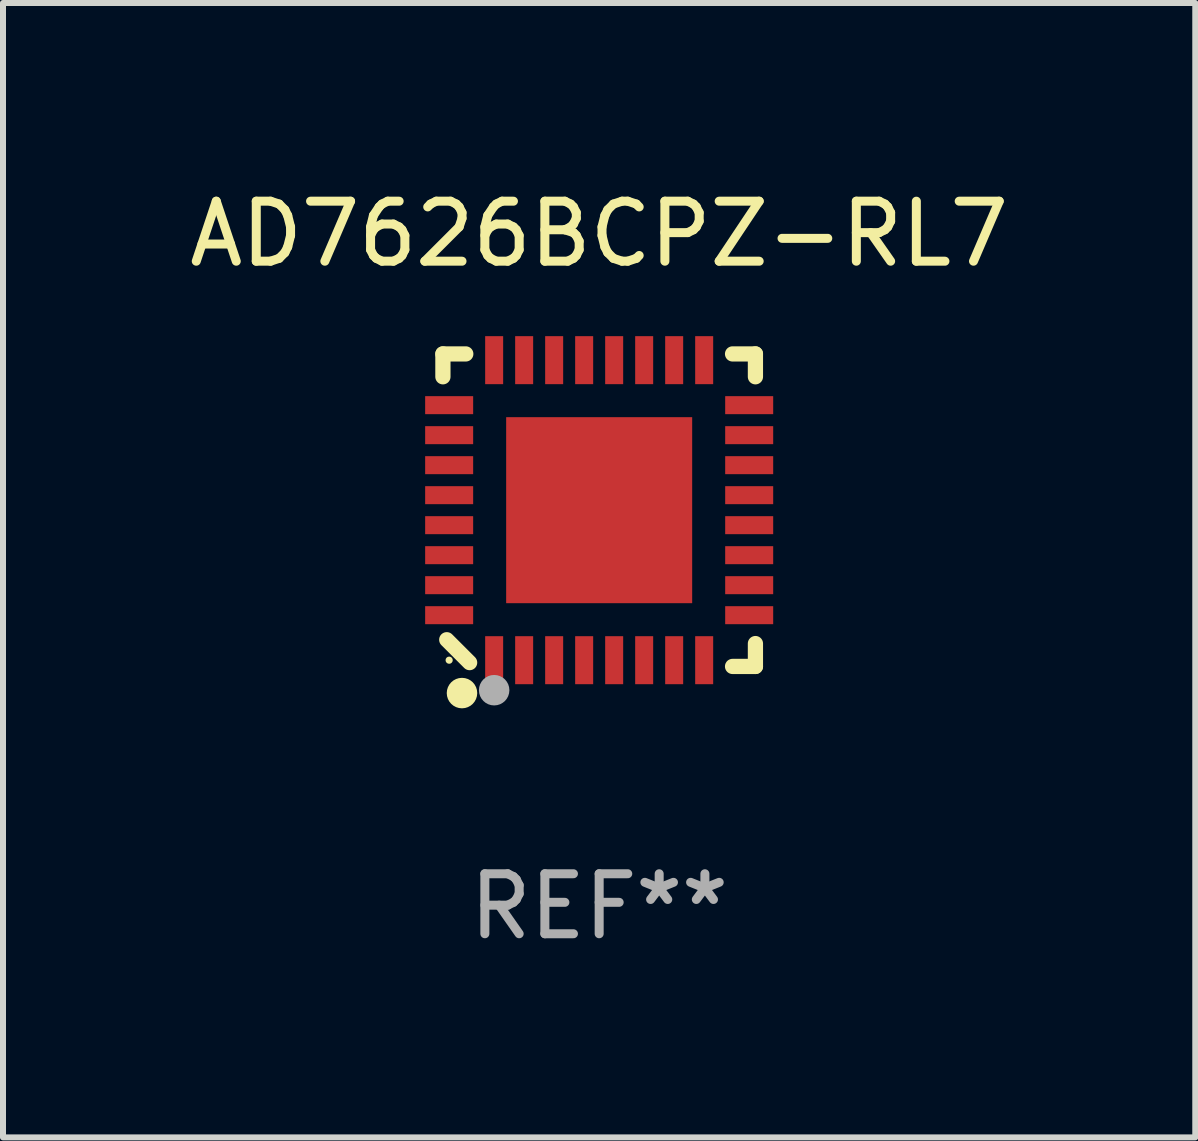
<source format=kicad_pcb>
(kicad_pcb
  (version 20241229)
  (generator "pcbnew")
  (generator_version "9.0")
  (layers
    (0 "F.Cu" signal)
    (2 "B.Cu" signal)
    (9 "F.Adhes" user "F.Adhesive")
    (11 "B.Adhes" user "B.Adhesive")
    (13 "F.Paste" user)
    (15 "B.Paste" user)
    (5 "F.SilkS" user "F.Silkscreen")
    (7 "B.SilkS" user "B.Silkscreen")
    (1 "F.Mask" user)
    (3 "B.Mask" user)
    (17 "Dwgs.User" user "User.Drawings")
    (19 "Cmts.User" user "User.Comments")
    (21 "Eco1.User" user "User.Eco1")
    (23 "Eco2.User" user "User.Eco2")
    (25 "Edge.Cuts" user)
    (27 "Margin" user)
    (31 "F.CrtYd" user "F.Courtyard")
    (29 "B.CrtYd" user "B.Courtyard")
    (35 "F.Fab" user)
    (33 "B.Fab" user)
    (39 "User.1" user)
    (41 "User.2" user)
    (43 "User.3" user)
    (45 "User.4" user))
  (footprint "AD7626BCPZ-RL7"
    (layer "F.Cu")
    (at 6.935 5.452)
    (property "Reference" "AD7626BCPZ-RL7" (at 0 -4.604 0) (layer "F.SilkS") (effects (font (size 1 1) (thickness 0.15))))
    (attr through_hole)
    (fp_line (start -2.604 -2.604) (end -2.604 -2.223) (stroke (width 0.254) (type solid)) (layer "F.SilkS"))
    (fp_line (start -2.54 2.159) (end -2.159 2.54) (stroke (width 0.254) (type solid)) (layer "F.SilkS"))
    (fp_line (start -2.223 -2.604) (end -2.604 -2.604) (stroke (width 0.254) (type solid)) (layer "F.SilkS"))
    (fp_line (start 2.223 2.604) (end 2.604 2.604) (stroke (width 0.254) (type solid)) (layer "F.SilkS"))
    (fp_line (start 2.604 -2.604) (end 2.223 -2.604) (stroke (width 0.254) (type solid)) (layer "F.SilkS"))
    (fp_line (start 2.604 -2.223) (end 2.604 -2.604) (stroke (width 0.254) (type solid)) (layer "F.SilkS"))
    (fp_line (start 2.604 2.604) (end 2.604 2.223) (stroke (width 0.254) (type solid)) (layer "F.SilkS"))
    (fp_circle (center -2.5 2.5) (end -2.47 2.5) (stroke (width 0.06) (type solid)) (fill no) (layer "F.SilkS"))
    (fp_circle (center -2.286 3.048) (end -2.159 3.048) (stroke (width 0.254) (type solid)) (fill no) (layer "F.SilkS"))
    (fp_circle (center -1.75 3) (end -1.623 3) (stroke (width 0.254) (type solid)) (fill no) (layer "F.Fab"))
    (fp_text user "REF**" (at 0 6.604 0) (layer "F.Fab") (effects (font (size 1 1) (thickness 0.15))))
    (pad "1" smd rect (at -1.75 2.5) (size 0.3 0.8) (layers "F.Cu" "F.Mask" "F.Paste"))
    (pad "2" smd rect (at -1.25 2.5) (size 0.3 0.8) (layers "F.Cu" "F.Mask" "F.Paste"))
    (pad "3" smd rect (at -0.75 2.5) (size 0.3 0.8) (layers "F.Cu" "F.Mask" "F.Paste"))
    (pad "4" smd rect (at -0.25 2.5) (size 0.3 0.8) (layers "F.Cu" "F.Mask" "F.Paste"))
    (pad "5" smd rect (at 0.25 2.5) (size 0.3 0.8) (layers "F.Cu" "F.Mask" "F.Paste"))
    (pad "6" smd rect (at 0.75 2.5) (size 0.3 0.8) (layers "F.Cu" "F.Mask" "F.Paste"))
    (pad "7" smd rect (at 1.25 2.5) (size 0.3 0.8) (layers "F.Cu" "F.Mask" "F.Paste"))
    (pad "8" smd rect (at 1.75 2.5) (size 0.3 0.8) (layers "F.Cu" "F.Mask" "F.Paste"))
    (pad "9" smd rect (at 2.5 1.75) (size 0.8 0.3) (layers "F.Cu" "F.Mask" "F.Paste"))
    (pad "10" smd rect (at 2.5 1.25) (size 0.8 0.3) (layers "F.Cu" "F.Mask" "F.Paste"))
    (pad "11" smd rect (at 2.5 0.75) (size 0.8 0.3) (layers "F.Cu" "F.Mask" "F.Paste"))
    (pad "12" smd rect (at 2.5 0.25) (size 0.8 0.3) (layers "F.Cu" "F.Mask" "F.Paste"))
    (pad "13" smd rect (at 2.5 -0.25) (size 0.8 0.3) (layers "F.Cu" "F.Mask" "F.Paste"))
    (pad "14" smd rect (at 2.5 -0.75) (size 0.8 0.3) (layers "F.Cu" "F.Mask" "F.Paste"))
    (pad "15" smd rect (at 2.5 -1.25) (size 0.8 0.3) (layers "F.Cu" "F.Mask" "F.Paste"))
    (pad "16" smd rect (at 2.5 -1.75) (size 0.8 0.3) (layers "F.Cu" "F.Mask" "F.Paste"))
    (pad "17" smd rect (at 1.75 -2.5) (size 0.3 0.8) (layers "F.Cu" "F.Mask" "F.Paste"))
    (pad "18" smd rect (at 1.25 -2.5) (size 0.3 0.8) (layers "F.Cu" "F.Mask" "F.Paste"))
    (pad "19" smd rect (at 0.75 -2.5) (size 0.3 0.8) (layers "F.Cu" "F.Mask" "F.Paste"))
    (pad "20" smd rect (at 0.25 -2.5) (size 0.3 0.8) (layers "F.Cu" "F.Mask" "F.Paste"))
    (pad "21" smd rect (at -0.25 -2.5) (size 0.3 0.8) (layers "F.Cu" "F.Mask" "F.Paste"))
    (pad "22" smd rect (at -0.75 -2.5) (size 0.3 0.8) (layers "F.Cu" "F.Mask" "F.Paste"))
    (pad "23" smd rect (at -1.25 -2.5) (size 0.3 0.8) (layers "F.Cu" "F.Mask" "F.Paste"))
    (pad "24" smd rect (at -1.75 -2.5) (size 0.3 0.8) (layers "F.Cu" "F.Mask" "F.Paste"))
    (pad "25" smd rect (at -2.5 -1.75) (size 0.8 0.3) (layers "F.Cu" "F.Mask" "F.Paste"))
    (pad "26" smd rect (at -2.5 -1.25) (size 0.8 0.3) (layers "F.Cu" "F.Mask" "F.Paste"))
    (pad "27" smd rect (at -2.5 -0.75) (size 0.8 0.3) (layers "F.Cu" "F.Mask" "F.Paste"))
    (pad "28" smd rect (at -2.5 -0.25) (size 0.8 0.3) (layers "F.Cu" "F.Mask" "F.Paste"))
    (pad "29" smd rect (at -2.5 0.25) (size 0.8 0.3) (layers "F.Cu" "F.Mask" "F.Paste"))
    (pad "30" smd rect (at -2.5 0.75) (size 0.8 0.3) (layers "F.Cu" "F.Mask" "F.Paste"))
    (pad "31" smd rect (at -2.5 1.25) (size 0.8 0.3) (layers "F.Cu" "F.Mask" "F.Paste"))
    (pad "32" smd rect (at -2.5 1.75) (size 0.8 0.3) (layers "F.Cu" "F.Mask" "F.Paste"))
    (pad "33" smd rect (at 0 -0.000025) (size 3.1 3.1) (layers "F.Cu" "F.Mask" "F.Paste")))
  (gr_rect
    (start -3 -3)
    (end 16.869 15.904)
    (stroke (width 0.1) (type default))
    (fill no)
    (layer "Edge.Cuts")))
</source>
